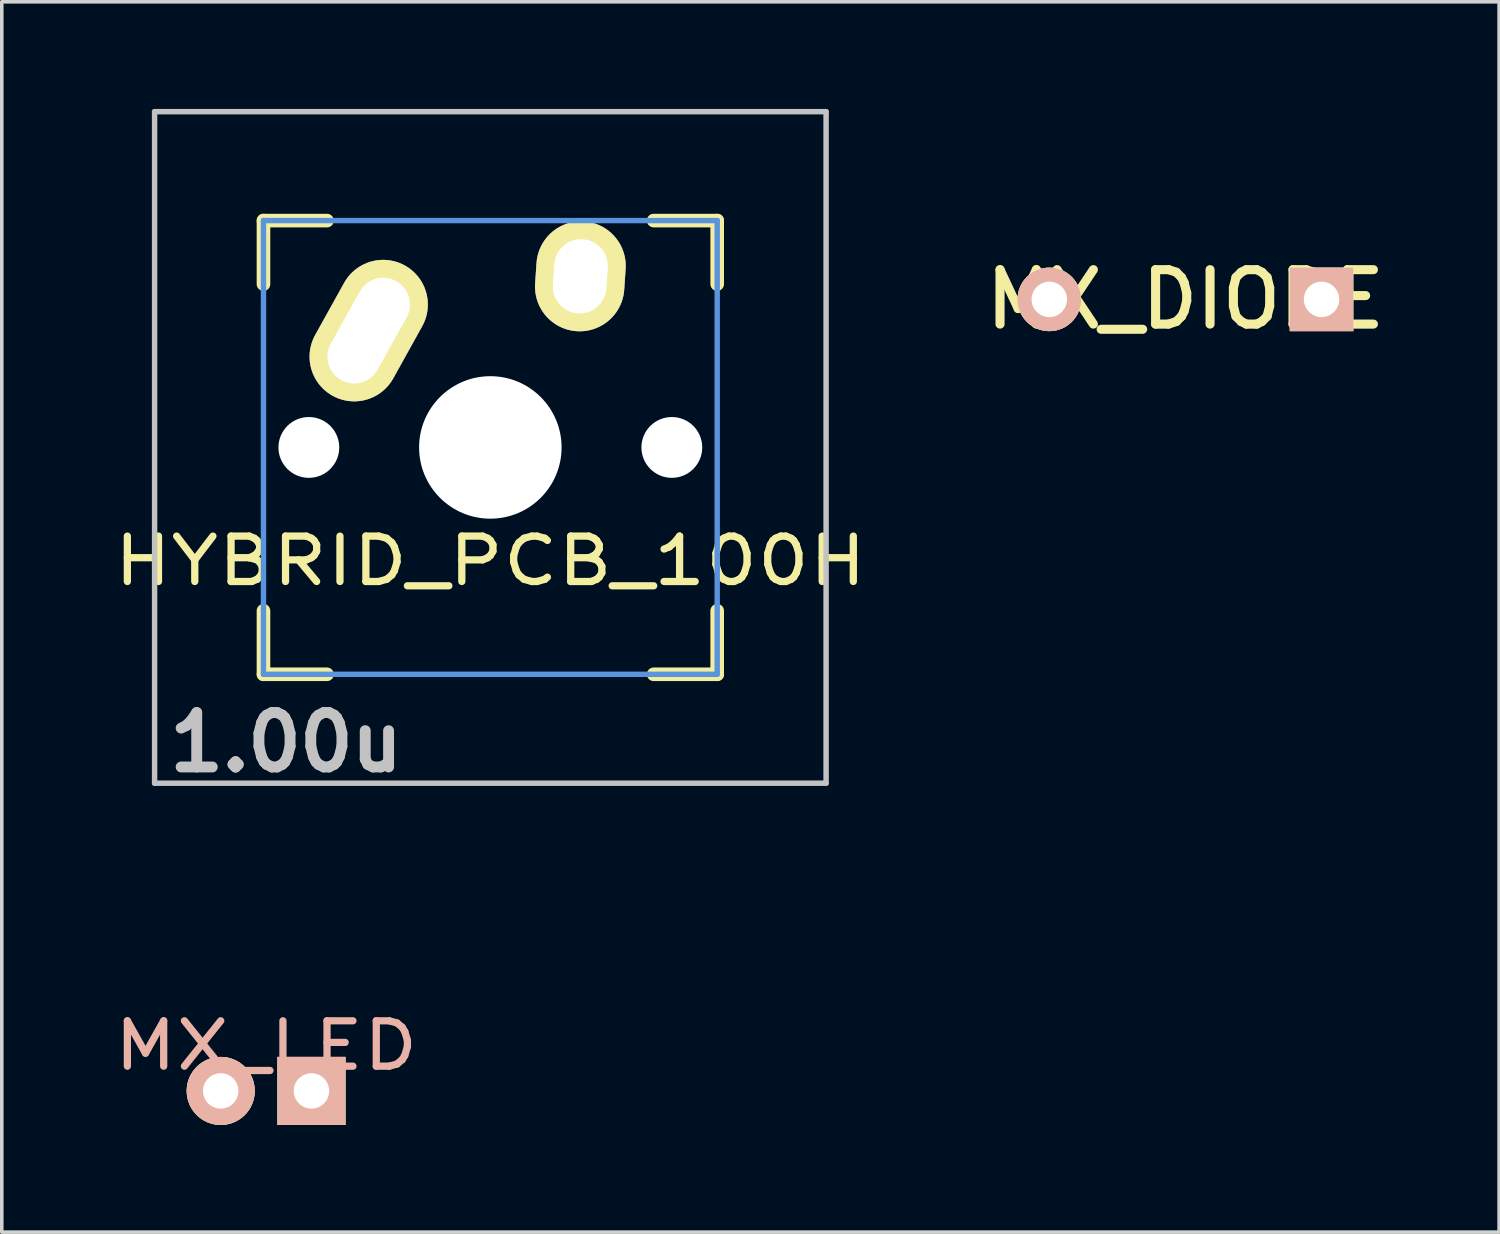
<source format=kicad_pcb>
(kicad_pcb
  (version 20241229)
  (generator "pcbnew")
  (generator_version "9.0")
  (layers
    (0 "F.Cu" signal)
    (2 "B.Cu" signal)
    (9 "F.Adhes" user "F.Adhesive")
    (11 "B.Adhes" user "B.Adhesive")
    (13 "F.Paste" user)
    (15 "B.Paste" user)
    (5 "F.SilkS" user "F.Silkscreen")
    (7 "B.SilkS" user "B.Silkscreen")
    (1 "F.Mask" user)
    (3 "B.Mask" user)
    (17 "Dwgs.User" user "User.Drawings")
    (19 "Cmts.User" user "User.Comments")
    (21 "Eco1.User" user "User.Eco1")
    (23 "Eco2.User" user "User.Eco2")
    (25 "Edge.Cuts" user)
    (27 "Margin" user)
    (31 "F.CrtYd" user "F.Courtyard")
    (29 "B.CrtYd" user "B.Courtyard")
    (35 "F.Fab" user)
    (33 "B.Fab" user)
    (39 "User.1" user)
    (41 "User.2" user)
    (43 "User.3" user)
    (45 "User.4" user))
  (footprint "MX_DIODE"
    (layer "F.Cu")
    (at 30.131 0.25)
    (property "Reference" "MX_DIODE" (at 0 5.08 0) (layer "F.SilkS") (effects (font (size 1.524 1.524) (thickness 0.254))))
    (attr through_hole)
    (pad "1" thru_hole circle (at -3.81 5.08) (size 1.778 1.778) (drill 0.991) (layers "*.Cu" "*.SilkS" "*.Mask"))
    (pad "2" thru_hole rect (at 3.81 5.08) (size 1.778 1.778) (drill 0.991) (layers "*.Cu" "*.SilkS" "*.Mask")))
  (footprint "MX_LED"
    (layer "F.Cu")
    (at 4.398 22.406)
    (property "Reference" "MX_LED" (at 0 3.81 0) (layer "B.SilkS") (effects (font (size 1.27 1.524) (thickness 0.203))))
    (attr through_hole)
    (pad "1" thru_hole circle (at -1.27 5.08) (size 1.905 1.905) (drill 0.991) (layers "*.Cu" "*.SilkS" "*.Mask"))
    (pad "2" thru_hole rect (at 1.27 5.08) (size 1.905 1.905) (drill 0.991) (layers "*.Cu" "*.SilkS" "*.Mask")))
  (footprint "HYBRID_PCB_100H"
    (layer "F.Cu")
    (at 10.675 9.474)
    (property "Reference" "HYBRID_PCB_100H" (at 0 3.175 0) (layer "F.SilkS") (effects (font (size 1.27 1.524) (thickness 0.203))))
    (attr through_hole)
    (fp_line (start -6.35 -6.35) (end -4.572 -6.35) (stroke (width 0.381) (type solid)) (layer "F.SilkS"))
    (fp_line (start -6.35 -4.572) (end -6.35 -6.35) (stroke (width 0.381) (type solid)) (layer "F.SilkS"))
    (fp_line (start -6.35 6.35) (end -6.35 4.572) (stroke (width 0.381) (type solid)) (layer "F.SilkS"))
    (fp_line (start -4.572 6.35) (end -6.35 6.35) (stroke (width 0.381) (type solid)) (layer "F.SilkS"))
    (fp_line (start 4.572 -6.35) (end 6.35 -6.35) (stroke (width 0.381) (type solid)) (layer "F.SilkS"))
    (fp_line (start 6.35 -6.35) (end 6.35 -4.572) (stroke (width 0.381) (type solid)) (layer "F.SilkS"))
    (fp_line (start 6.35 4.572) (end 6.35 6.35) (stroke (width 0.381) (type solid)) (layer "F.SilkS"))
    (fp_line (start 6.35 6.35) (end 4.572 6.35) (stroke (width 0.381) (type solid)) (layer "F.SilkS"))
    (fp_line (start -9.398 -9.398) (end 9.398 -9.398) (stroke (width 0.152) (type solid)) (layer "Dwgs.User"))
    (fp_line (start -9.398 9.398) (end -9.398 -9.398) (stroke (width 0.152) (type solid)) (layer "Dwgs.User"))
    (fp_line (start 9.398 -9.398) (end 9.398 9.398) (stroke (width 0.152) (type solid)) (layer "Dwgs.User"))
    (fp_line (start 9.398 9.398) (end -9.398 9.398) (stroke (width 0.152) (type solid)) (layer "Dwgs.User"))
    (fp_line (start -6.35 -6.35) (end 6.35 -6.35) (stroke (width 0.152) (type solid)) (layer "Cmts.User"))
    (fp_line (start -6.35 6.35) (end -6.35 -6.35) (stroke (width 0.152) (type solid)) (layer "Cmts.User"))
    (fp_line (start 6.35 -6.35) (end 6.35 6.35) (stroke (width 0.152) (type solid)) (layer "Cmts.User"))
    (fp_line (start 6.35 6.35) (end -6.35 6.35) (stroke (width 0.152) (type solid)) (layer "Cmts.User"))
    (fp_line (start -6.985 -6.985) (end 6.985 -6.985) (stroke (width 0.152) (type solid)) (layer "Eco2.User"))
    (fp_line (start -6.985 6.985) (end -6.985 -6.985) (stroke (width 0.152) (type solid)) (layer "Eco2.User"))
    (fp_line (start 6.985 -6.985) (end 6.985 6.985) (stroke (width 0.152) (type solid)) (layer "Eco2.User"))
    (fp_line (start 6.985 6.985) (end -6.985 6.985) (stroke (width 0.152) (type solid)) (layer "Eco2.User"))
    (fp_text user "1.00u" (at -5.715 8.255 0) (layer "Dwgs.User") (effects (font (size 1.524 1.524) (thickness 0.305))))
    (pad "" np_thru_hole circle (at -5.08 0) (size 1.702 1.702) (drill 1.702) (layers "*.Cu"))
    (pad "" np_thru_hole circle (at 0 0) (size 3.988 3.988) (drill 3.988) (layers "*.Cu"))
    (pad "" np_thru_hole circle (at 5.08 0) (size 1.702 1.702) (drill 1.702) (layers "*.Cu"))
    (pad "1" thru_hole oval (at -3.405 -3.27 330.95) (size 2.5 4.17) (drill oval 1.5 3.17) (layers "*.Cu" "*.Mask" "F.SilkS"))
    (pad "2" thru_hole oval (at 2.52 -4.79 356.1) (size 2.5 3.08) (drill oval 1.5 2.08) (layers "*.Cu" "*.Mask" "F.SilkS")))
  (gr_rect
    (start -3 -3)
    (end 38.911 31.438)
    (stroke (width 0.1) (type default))
    (fill no)
    (layer "Edge.Cuts")))
</source>
